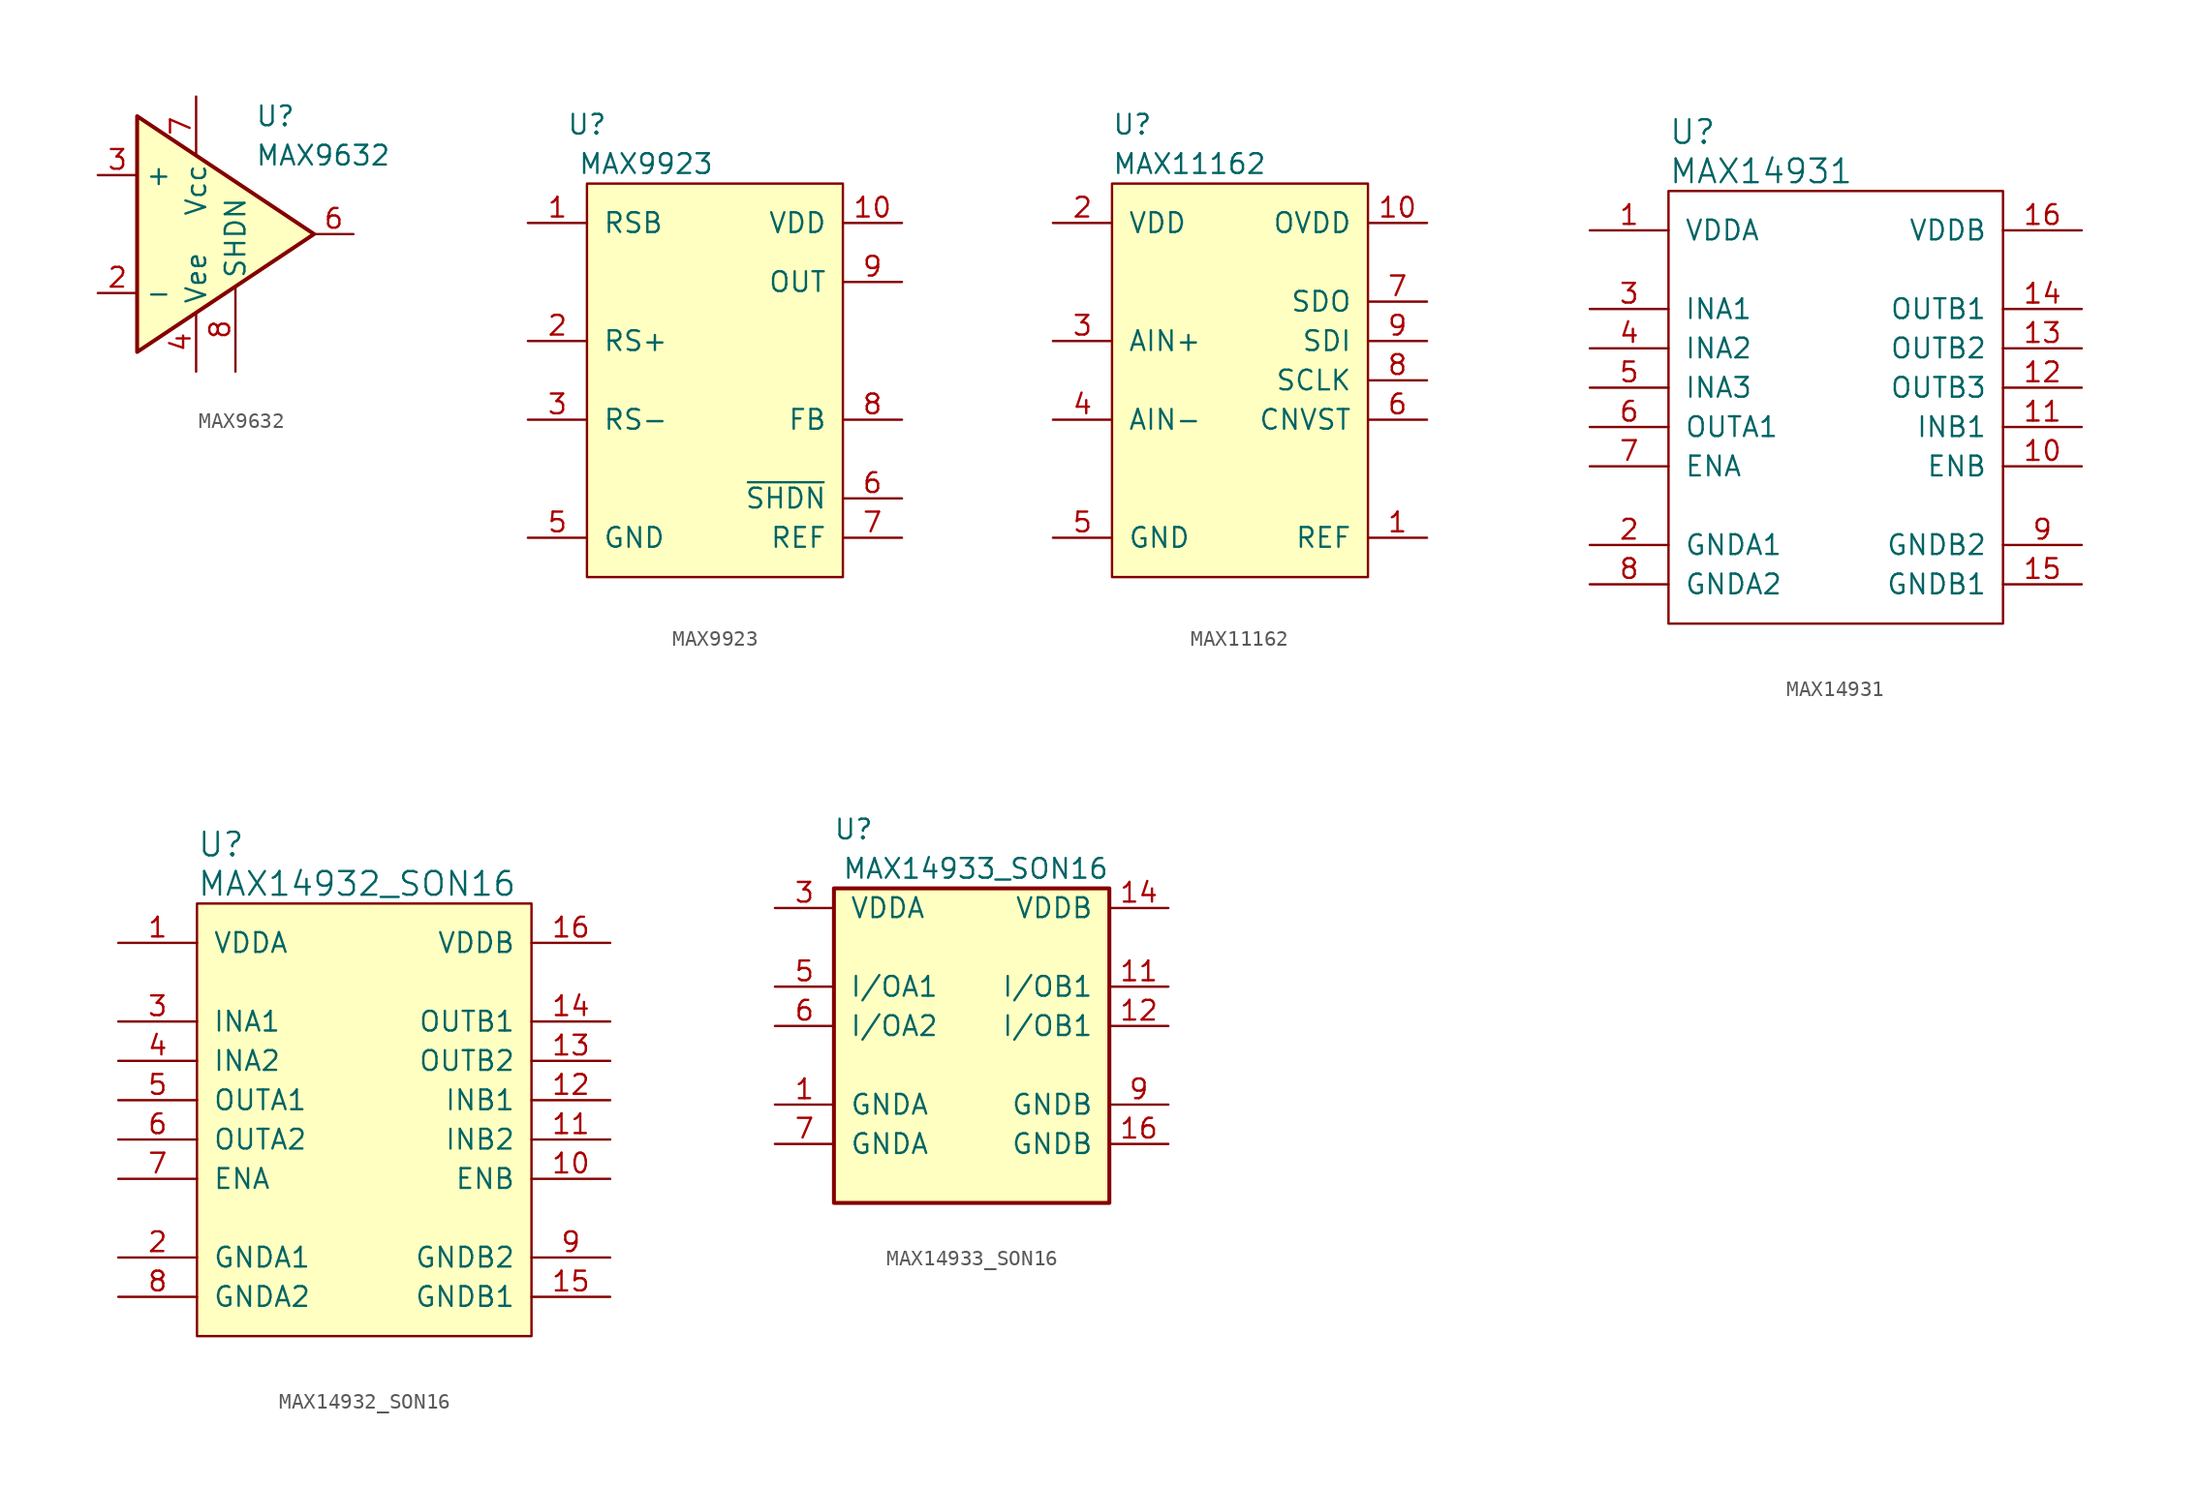
<source format=kicad_sym>
(kicad_symbol_lib
  (version 20211014)
  (generator kicad_symbol_editor)
  (symbol "MAX9632"
    (property "Reference" "U"
      (at 2.54 7.62 0)
      (effects (font (size 1.27 1.27)) (justify left)))
    (property "Value" "MAX9632"
      (at 2.54 5.08 0)
      (effects (font (size 1.27 1.27)) (justify left)))
    (symbol "MAX9632_0_1"
      (polyline (pts (xy -5.08 7.62) (xy 6.35 0) (xy -5.08 -7.62) (xy -5.08 7.62)) (stroke (width 0.254) (type default)) (fill (type background)))
      (pin power_in line (at -1.27 -8.89 90) (length 3.81) (name "Vee" (effects (font (size 1.27 1.27)))) (number "4" (effects (font (size 1.27 1.27)))))
      (pin power_in line (at -1.27 8.89 270) (length 3.81) (name "Vcc" (effects (font (size 1.27 1.27)))) (number "7" (effects (font (size 1.27 1.27)))))
      (pin input line (at 1.27 -8.89 90) (length 5.461) (name "SHDN" (effects (font (size 1.27 1.27)))) (number "8" (effects (font (size 1.27 1.27))))))
    (symbol "MAX9632_1_1"
      (pin no_connect line (at -7.62 -1.27 0) (length 2.54) hide (name "NC" (effects (font (size 1.27 1.27)))) (number "1" (effects (font (size 1.27 1.27)))))
      (pin input line (at -7.62 -3.81 0) (length 2.54) (name "-" (effects (font (size 1.27 1.27)))) (number "2" (effects (font (size 1.27 1.27)))))
      (pin input line (at -7.62 3.81 0) (length 2.54) (name "+" (effects (font (size 1.27 1.27)))) (number "3" (effects (font (size 1.27 1.27)))))
      (pin no_connect line (at -7.62 1.27 0) (length 2.54) hide (name "NC" (effects (font (size 1.27 1.27)))) (number "5" (effects (font (size 1.27 1.27)))))
      (pin output line (at 8.89 0 180) (length 2.54) (name "~" (effects (font (size 1.27 1.27)))) (number "6" (effects (font (size 1.27 1.27)))))))
  (symbol "MAX9923"
    (pin_names
      (offset 1.016))
    (property "Reference" "U"
      (at -8.89 16.51 0)
      (effects (font (size 1.27 1.27))))
    (property "Value" "MAX9923"
      (at -5.08 13.97 0)
      (effects (font (size 1.27 1.27))))
    (symbol "MAX9923_0_1"
      (rectangle (start -8.89 12.7) (end 7.62 -12.7) (stroke (width 0) (type default)) (fill (type background))))
    (symbol "MAX9923_1_1"
      (pin input line (at -12.7 10.16 0) (length 3.81) (name "RSB" (effects (font (size 1.27 1.27)))) (number "1" (effects (font (size 1.27 1.27)))))
      (pin power_in line (at 11.43 10.16 180) (length 3.81) (name "VDD" (effects (font (size 1.27 1.27)))) (number "10" (effects (font (size 1.27 1.27)))))
      (pin passive line (at -12.7 2.54 0) (length 3.81) (name "RS+" (effects (font (size 1.27 1.27)))) (number "2" (effects (font (size 1.27 1.27)))))
      (pin passive line (at -12.7 -2.54 0) (length 3.81) (name "RS-" (effects (font (size 1.27 1.27)))) (number "3" (effects (font (size 1.27 1.27)))))
      (pin no_connect line (at -12.7 -7.62 0) (length 3.81) hide (name "NC" (effects (font (size 1.27 1.27)))) (number "4" (effects (font (size 1.27 1.27)))))
      (pin power_in line (at -12.7 -10.16 0) (length 3.81) (name "GND" (effects (font (size 1.27 1.27)))) (number "5" (effects (font (size 1.27 1.27)))))
      (pin input line (at 11.43 -7.62 180) (length 3.81) (name "~{SHDN}" (effects (font (size 1.27 1.27)))) (number "6" (effects (font (size 1.27 1.27)))))
      (pin input line (at 11.43 -10.16 180) (length 3.81) (name "REF" (effects (font (size 1.27 1.27)))) (number "7" (effects (font (size 1.27 1.27)))))
      (pin input line (at 11.43 -2.54 180) (length 3.81) (name "FB" (effects (font (size 1.27 1.27)))) (number "8" (effects (font (size 1.27 1.27)))))
      (pin output line (at 11.43 6.35 180) (length 3.81) (name "OUT" (effects (font (size 1.27 1.27)))) (number "9" (effects (font (size 1.27 1.27)))))))
  (symbol "MAX11162"
    (pin_names
      (offset 1.016))
    (property "Reference" "U"
      (at -8.89 16.51 0)
      (effects (font (size 1.27 1.27)) (justify left)))
    (property "Value" "MAX11162"
      (at -8.89 13.97 0)
      (effects (font (size 1.27 1.27)) (justify left)))
    (symbol "MAX11162_0_1"
      (rectangle (start -8.89 12.7) (end 7.62 -12.7) (stroke (width 0) (type default)) (fill (type background))))
    (symbol "MAX11162_1_1"
      (pin input line (at 11.43 -10.16 180) (length 3.81) (name "REF" (effects (font (size 1.27 1.27)))) (number "1" (effects (font (size 1.27 1.27)))))
      (pin power_in line (at 11.43 10.16 180) (length 3.81) (name "OVDD" (effects (font (size 1.27 1.27)))) (number "10" (effects (font (size 1.27 1.27)))))
      (pin power_in line (at -12.7 10.16 0) (length 3.81) (name "VDD" (effects (font (size 1.27 1.27)))) (number "2" (effects (font (size 1.27 1.27)))))
      (pin passive line (at -12.7 2.54 0) (length 3.81) (name "AIN+" (effects (font (size 1.27 1.27)))) (number "3" (effects (font (size 1.27 1.27)))))
      (pin passive line (at -12.7 -2.54 0) (length 3.81) (name "AIN-" (effects (font (size 1.27 1.27)))) (number "4" (effects (font (size 1.27 1.27)))))
      (pin power_in line (at -12.7 -10.16 0) (length 3.81) (name "GND" (effects (font (size 1.27 1.27)))) (number "5" (effects (font (size 1.27 1.27)))))
      (pin input line (at 11.43 -2.54 180) (length 3.81) (name "CNVST" (effects (font (size 1.27 1.27)))) (number "6" (effects (font (size 1.27 1.27)))))
      (pin output line (at 11.43 5.08 180) (length 3.81) (name "SDO" (effects (font (size 1.27 1.27)))) (number "7" (effects (font (size 1.27 1.27)))))
      (pin input line (at 11.43 0 180) (length 3.81) (name "SCLK" (effects (font (size 1.27 1.27)))) (number "8" (effects (font (size 1.27 1.27)))))
      (pin input line (at 11.43 2.54 180) (length 3.81) (name "SDI" (effects (font (size 1.27 1.27)))) (number "9" (effects (font (size 1.27 1.27)))))))
  (symbol "MAX14931"
    (pin_names
      (offset 1.016))
    (property "Reference" "U"
      (at -10.16 16.51 0)
      (effects (font (size 1.524 1.524)) (justify left)))
    (property "Value" "MAX14931"
      (at -10.16 13.97 0)
      (effects (font (size 1.524 1.524)) (justify left)))
    (symbol "MAX14931_0_1"
      (rectangle (start -10.16 12.7) (end 11.43 -15.24) (stroke (width 0) (type default)) (fill (type none))))
    (symbol "MAX14931_1_1"
      (pin power_in line (at -15.24 10.16 0) (length 5.08) (name "VDDA" (effects (font (size 1.27 1.27)))) (number "1" (effects (font (size 1.27 1.27)))))
      (pin input line (at 16.51 -5.08 180) (length 5.08) (name "ENB" (effects (font (size 1.27 1.27)))) (number "10" (effects (font (size 1.27 1.27)))))
      (pin input line (at 16.51 -2.54 180) (length 5.08) (name "INB1" (effects (font (size 1.27 1.27)))) (number "11" (effects (font (size 1.27 1.27)))))
      (pin output line (at 16.51 0 180) (length 5.08) (name "OUTB3" (effects (font (size 1.27 1.27)))) (number "12" (effects (font (size 1.27 1.27)))))
      (pin output line (at 16.51 2.54 180) (length 5.08) (name "OUTB2" (effects (font (size 1.27 1.27)))) (number "13" (effects (font (size 1.27 1.27)))))
      (pin output line (at 16.51 5.08 180) (length 5.08) (name "OUTB1" (effects (font (size 1.27 1.27)))) (number "14" (effects (font (size 1.27 1.27)))))
      (pin power_in line (at 16.51 -12.7 180) (length 5.08) (name "GNDB1" (effects (font (size 1.27 1.27)))) (number "15" (effects (font (size 1.27 1.27)))))
      (pin power_in line (at 16.51 10.16 180) (length 5.08) (name "VDDB" (effects (font (size 1.27 1.27)))) (number "16" (effects (font (size 1.27 1.27)))))
      (pin power_in line (at -15.24 -10.16 0) (length 5.08) (name "GNDA1" (effects (font (size 1.27 1.27)))) (number "2" (effects (font (size 1.27 1.27)))))
      (pin input line (at -15.24 5.08 0) (length 5.08) (name "INA1" (effects (font (size 1.27 1.27)))) (number "3" (effects (font (size 1.27 1.27)))))
      (pin input line (at -15.24 2.54 0) (length 5.08) (name "INA2" (effects (font (size 1.27 1.27)))) (number "4" (effects (font (size 1.27 1.27)))))
      (pin input line (at -15.24 0 0) (length 5.08) (name "INA3" (effects (font (size 1.27 1.27)))) (number "5" (effects (font (size 1.27 1.27)))))
      (pin output line (at -15.24 -2.54 0) (length 5.08) (name "OUTA1" (effects (font (size 1.27 1.27)))) (number "6" (effects (font (size 1.27 1.27)))))
      (pin input line (at -15.24 -5.08 0) (length 5.08) (name "ENA" (effects (font (size 1.27 1.27)))) (number "7" (effects (font (size 1.27 1.27)))))
      (pin power_in line (at -15.24 -12.7 0) (length 5.08) (name "GNDA2" (effects (font (size 1.27 1.27)))) (number "8" (effects (font (size 1.27 1.27)))))
      (pin power_in line (at 16.51 -10.16 180) (length 5.08) (name "GNDB2" (effects (font (size 1.27 1.27)))) (number "9" (effects (font (size 1.27 1.27)))))))
  (symbol "MAX14932_SON16"
    (pin_names
      (offset 1.016))
    (property "Reference" "U"
      (at -10.16 16.51 0)
      (effects (font (size 1.524 1.524)) (justify left)))
    (property "Value" "MAX14932_SON16"
      (at -10.16 13.97 0)
      (effects (font (size 1.524 1.524)) (justify left)))
    (symbol "MAX14932_SON16_0_1"
      (rectangle (start -10.16 12.7) (end 11.43 -15.24) (stroke (width 0) (type default)) (fill (type background))))
    (symbol "MAX14932_SON16_1_1"
      (pin power_in line (at -15.24 10.16 0) (length 5.08) (name "VDDA" (effects (font (size 1.27 1.27)))) (number "1" (effects (font (size 1.27 1.27)))))
      (pin input line (at 16.51 -5.08 180) (length 5.08) (name "ENB" (effects (font (size 1.27 1.27)))) (number "10" (effects (font (size 1.27 1.27)))))
      (pin input line (at 16.51 -2.54 180) (length 5.08) (name "INB2" (effects (font (size 1.27 1.27)))) (number "11" (effects (font (size 1.27 1.27)))))
      (pin input line (at 16.51 0 180) (length 5.08) (name "INB1" (effects (font (size 1.27 1.27)))) (number "12" (effects (font (size 1.27 1.27)))))
      (pin output line (at 16.51 2.54 180) (length 5.08) (name "OUTB2" (effects (font (size 1.27 1.27)))) (number "13" (effects (font (size 1.27 1.27)))))
      (pin output line (at 16.51 5.08 180) (length 5.08) (name "OUTB1" (effects (font (size 1.27 1.27)))) (number "14" (effects (font (size 1.27 1.27)))))
      (pin power_in line (at 16.51 -12.7 180) (length 5.08) (name "GNDB1" (effects (font (size 1.27 1.27)))) (number "15" (effects (font (size 1.27 1.27)))))
      (pin power_in line (at 16.51 10.16 180) (length 5.08) (name "VDDB" (effects (font (size 1.27 1.27)))) (number "16" (effects (font (size 1.27 1.27)))))
      (pin power_in line (at -15.24 -10.16 0) (length 5.08) (name "GNDA1" (effects (font (size 1.27 1.27)))) (number "2" (effects (font (size 1.27 1.27)))))
      (pin input line (at -15.24 5.08 0) (length 5.08) (name "INA1" (effects (font (size 1.27 1.27)))) (number "3" (effects (font (size 1.27 1.27)))))
      (pin input line (at -15.24 2.54 0) (length 5.08) (name "INA2" (effects (font (size 1.27 1.27)))) (number "4" (effects (font (size 1.27 1.27)))))
      (pin output line (at -15.24 0 0) (length 5.08) (name "OUTA1" (effects (font (size 1.27 1.27)))) (number "5" (effects (font (size 1.27 1.27)))))
      (pin output line (at -15.24 -2.54 0) (length 5.08) (name "OUTA2" (effects (font (size 1.27 1.27)))) (number "6" (effects (font (size 1.27 1.27)))))
      (pin input line (at -15.24 -5.08 0) (length 5.08) (name "ENA" (effects (font (size 1.27 1.27)))) (number "7" (effects (font (size 1.27 1.27)))))
      (pin power_in line (at -15.24 -12.7 0) (length 5.08) (name "GNDA2" (effects (font (size 1.27 1.27)))) (number "8" (effects (font (size 1.27 1.27)))))
      (pin power_in line (at 16.51 -10.16 180) (length 5.08) (name "GNDB2" (effects (font (size 1.27 1.27)))) (number "9" (effects (font (size 1.27 1.27)))))))
  (symbol "MAX14933_SON16"
    (pin_names
      (offset 1.016))
    (property "Reference" "U"
      (at -7.62 13.97 0)
      (effects (font (size 1.27 1.27))))
    (property "Value" "MAX14933_SON16"
      (at 8.89 11.43 0)
      (effects (font (size 1.27 1.27)) (justify right)))
    (symbol "MAX14933_SON16_0_1"
      (rectangle (start -8.89 10.16) (end 8.89 -10.16) (stroke (width 0.254) (type default)) (fill (type background))))
    (symbol "MAX14933_SON16_1_1"
      (pin power_in line (at -12.7 -3.81 0) (length 3.81) (name "GNDA" (effects (font (size 1.27 1.27)))) (number "1" (effects (font (size 1.27 1.27)))))
      (pin no_connect line (at 12.7 -1.27 180) (length 3.81) hide (name "IC" (effects (font (size 1.27 1.27)))) (number "10" (effects (font (size 1.27 1.27)))))
      (pin bidirectional line (at 12.7 3.81 180) (length 3.81) (name "I/OB1" (effects (font (size 1.27 1.27)))) (number "11" (effects (font (size 1.27 1.27)))))
      (pin bidirectional line (at 12.7 1.27 180) (length 3.81) (name "I/OB1" (effects (font (size 1.27 1.27)))) (number "12" (effects (font (size 1.27 1.27)))))
      (pin no_connect line (at 12.7 -8.89 180) (length 3.81) hide (name "NC" (effects (font (size 1.27 1.27)))) (number "13" (effects (font (size 1.27 1.27)))))
      (pin power_in line (at 12.7 8.89 180) (length 3.81) (name "VDDB" (effects (font (size 1.27 1.27)))) (number "14" (effects (font (size 1.27 1.27)))))
      (pin no_connect line (at 12.7 6.35 180) (length 3.81) hide (name "IC" (effects (font (size 1.27 1.27)))) (number "15" (effects (font (size 1.27 1.27)))))
      (pin power_in line (at 12.7 -6.35 180) (length 3.81) (name "GNDB" (effects (font (size 1.27 1.27)))) (number "16" (effects (font (size 1.27 1.27)))))
      (pin no_connect line (at -12.7 6.35 0) (length 3.81) hide (name "IC" (effects (font (size 1.27 1.27)))) (number "2" (effects (font (size 1.27 1.27)))))
      (pin power_in line (at -12.7 8.89 0) (length 3.81) (name "VDDA" (effects (font (size 1.27 1.27)))) (number "3" (effects (font (size 1.27 1.27)))))
      (pin no_connect line (at -12.7 -1.27 0) (length 3.81) hide (name "NC" (effects (font (size 1.27 1.27)))) (number "4" (effects (font (size 1.27 1.27)))))
      (pin bidirectional line (at -12.7 3.81 0) (length 3.81) (name "I/OA1" (effects (font (size 1.27 1.27)))) (number "5" (effects (font (size 1.27 1.27)))))
      (pin bidirectional line (at -12.7 1.27 0) (length 3.81) (name "I/OA2" (effects (font (size 1.27 1.27)))) (number "6" (effects (font (size 1.27 1.27)))))
      (pin power_in line (at -12.7 -6.35 0) (length 3.81) (name "GNDA" (effects (font (size 1.27 1.27)))) (number "7" (effects (font (size 1.27 1.27)))))
      (pin no_connect line (at -12.7 -8.89 0) (length 3.81) hide (name "IC" (effects (font (size 1.27 1.27)))) (number "8" (effects (font (size 1.27 1.27)))))
      (pin power_in line (at 12.7 -3.81 180) (length 3.81) (name "GNDB" (effects (font (size 1.27 1.27)))) (number "9" (effects (font (size 1.27 1.27))))))))
</source>
